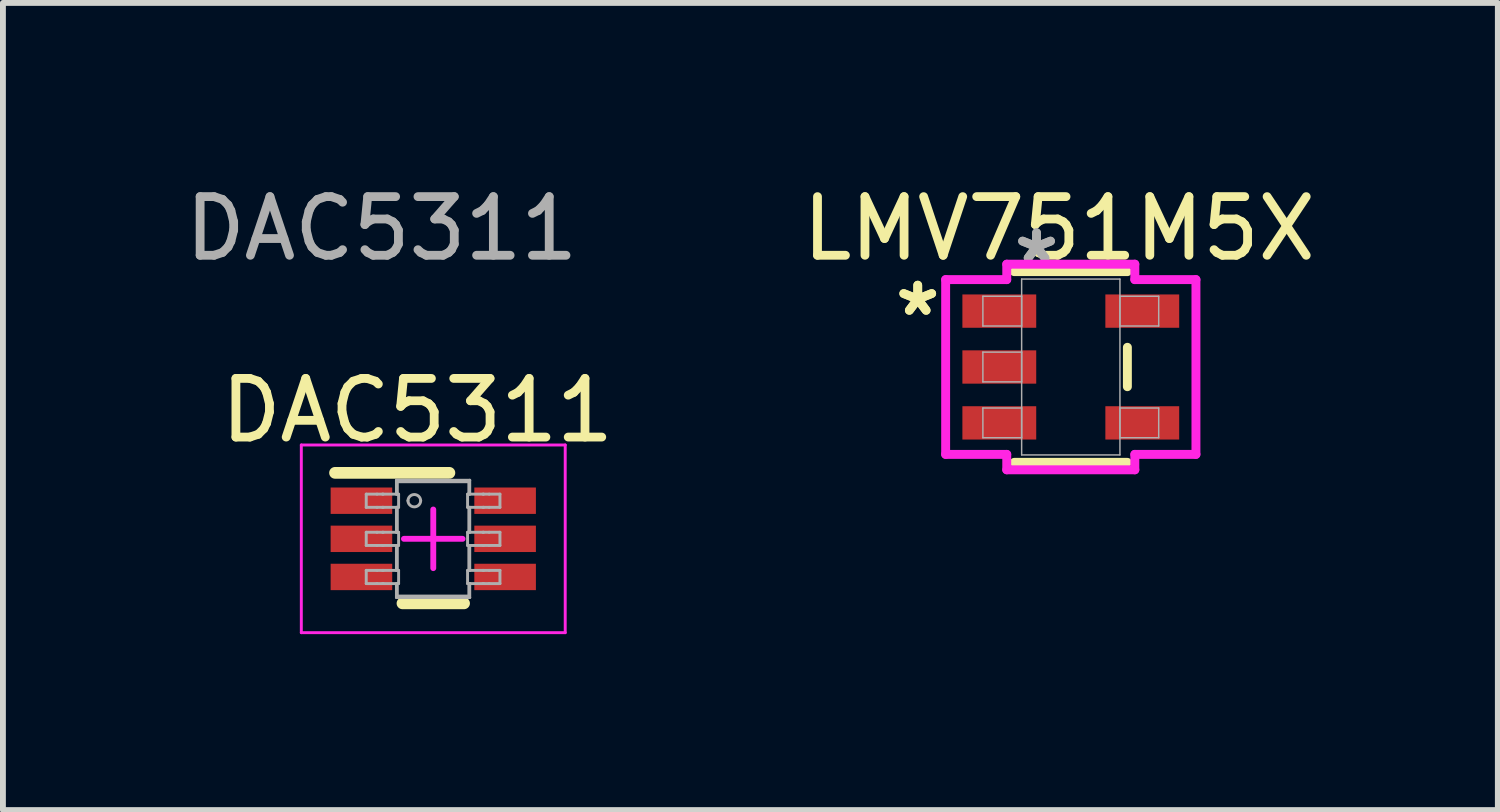
<source format=kicad_pcb>
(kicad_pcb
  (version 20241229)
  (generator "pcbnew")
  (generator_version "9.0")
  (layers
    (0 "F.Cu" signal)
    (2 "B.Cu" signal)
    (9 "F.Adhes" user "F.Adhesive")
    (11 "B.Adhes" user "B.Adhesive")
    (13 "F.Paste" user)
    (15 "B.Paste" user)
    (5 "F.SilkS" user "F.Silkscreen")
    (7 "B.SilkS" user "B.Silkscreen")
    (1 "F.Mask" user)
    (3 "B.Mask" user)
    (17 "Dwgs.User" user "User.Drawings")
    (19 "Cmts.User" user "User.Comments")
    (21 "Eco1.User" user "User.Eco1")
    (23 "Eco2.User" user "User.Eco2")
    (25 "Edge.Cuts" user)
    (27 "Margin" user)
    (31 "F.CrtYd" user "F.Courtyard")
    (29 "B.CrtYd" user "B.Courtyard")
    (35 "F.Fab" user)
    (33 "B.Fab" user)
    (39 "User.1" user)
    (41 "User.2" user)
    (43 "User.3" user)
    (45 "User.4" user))
  (footprint "DAC5311"
    (layer "F.Cu")
    (at 4.338 6.138)
    (property "Reference" "DAC5311" (at -0.27 -2.19 0) (unlocked yes) (layer "F.SilkS") (effects (font (size 1 1) (thickness 0.15))))
    (attr smd)
    (fp_line (start -1.675 -1.125) (end 0.275 -1.125) (stroke (width 0.2) (type solid)) (layer "F.SilkS"))
    (fp_line (start -0.525 1.1) (end 0.525 1.1) (stroke (width 0.2) (type solid)) (layer "F.SilkS"))
    (fp_line (start -2.25 -1.6) (end 2.25 -1.6) (stroke (width 0.05) (type solid)) (layer "F.CrtYd"))
    (fp_line (start -2.25 1.6) (end -2.25 -1.6) (stroke (width 0.05) (type solid)) (layer "F.CrtYd"))
    (fp_line (start -2.25 1.6) (end 2.25 1.6) (stroke (width 0.05) (type solid)) (layer "F.CrtYd"))
    (fp_line (start -0.5 0) (end 0.5 0) (stroke (width 0.1) (type solid)) (layer "F.CrtYd"))
    (fp_line (start -0.000003 0.5) (end -0.000003 -0.5) (stroke (width 0.1) (type solid)) (layer "F.CrtYd"))
    (fp_line (start 2.25 1.6) (end 2.25 -1.6) (stroke (width 0.05) (type solid)) (layer "F.CrtYd"))
    (fp_line (start -1.143 -0.762) (end -0.959 -0.762) (stroke (width 0.05) (type solid)) (layer "F.Fab"))
    (fp_line (start -1.143 -0.537) (end -1.143 -0.762) (stroke (width 0.05) (type solid)) (layer "F.Fab"))
    (fp_line (start -1.143 -0.537) (end -0.959 -0.537) (stroke (width 0.05) (type solid)) (layer "F.Fab"))
    (fp_line (start -1.143 -0.112) (end -0.959 -0.112) (stroke (width 0.05) (type solid)) (layer "F.Fab"))
    (fp_line (start -1.143 0.113) (end -1.143 -0.112) (stroke (width 0.05) (type solid)) (layer "F.Fab"))
    (fp_line (start -1.143 0.113) (end -0.959 0.113) (stroke (width 0.05) (type solid)) (layer "F.Fab"))
    (fp_line (start -1.143 0.538) (end -0.959 0.538) (stroke (width 0.05) (type solid)) (layer "F.Fab"))
    (fp_line (start -1.143 0.763) (end -1.143 0.538) (stroke (width 0.05) (type solid)) (layer "F.Fab"))
    (fp_line (start -1.143 0.763) (end -0.959 0.763) (stroke (width 0.05) (type solid)) (layer "F.Fab"))
    (fp_line (start -0.959 -0.762) (end -0.865 -0.762) (stroke (width 0.05) (type solid)) (layer "F.Fab"))
    (fp_line (start -0.959 -0.537) (end -0.865 -0.537) (stroke (width 0.05) (type solid)) (layer "F.Fab"))
    (fp_line (start -0.959 -0.112) (end -0.865 -0.112) (stroke (width 0.05) (type solid)) (layer "F.Fab"))
    (fp_line (start -0.959 0.113) (end -0.865 0.113) (stroke (width 0.05) (type solid)) (layer "F.Fab"))
    (fp_line (start -0.959 0.538) (end -0.865 0.538) (stroke (width 0.05) (type solid)) (layer "F.Fab"))
    (fp_line (start -0.959 0.763) (end -0.865 0.763) (stroke (width 0.05) (type solid)) (layer "F.Fab"))
    (fp_line (start -0.865 -0.762) (end -0.853 -0.762) (stroke (width 0.05) (type solid)) (layer "F.Fab"))
    (fp_line (start -0.865 -0.537) (end -0.853 -0.537) (stroke (width 0.05) (type solid)) (layer "F.Fab"))
    (fp_line (start -0.865 -0.112) (end -0.853 -0.112) (stroke (width 0.05) (type solid)) (layer "F.Fab"))
    (fp_line (start -0.865 0.113) (end -0.853 0.113) (stroke (width 0.05) (type solid)) (layer "F.Fab"))
    (fp_line (start -0.865 0.538) (end -0.853 0.538) (stroke (width 0.05) (type solid)) (layer "F.Fab"))
    (fp_line (start -0.865 0.763) (end -0.853 0.763) (stroke (width 0.05) (type solid)) (layer "F.Fab"))
    (fp_line (start -0.853 -0.762) (end -0.628 -0.762) (stroke (width 0.05) (type solid)) (layer "F.Fab"))
    (fp_line (start -0.853 -0.537) (end -0.628 -0.537) (stroke (width 0.05) (type solid)) (layer "F.Fab"))
    (fp_line (start -0.853 -0.112) (end -0.628 -0.112) (stroke (width 0.05) (type solid)) (layer "F.Fab"))
    (fp_line (start -0.853 0.113) (end -0.628 0.113) (stroke (width 0.05) (type solid)) (layer "F.Fab"))
    (fp_line (start -0.853 0.538) (end -0.628 0.538) (stroke (width 0.05) (type solid)) (layer "F.Fab"))
    (fp_line (start -0.853 0.763) (end -0.628 0.763) (stroke (width 0.05) (type solid)) (layer "F.Fab"))
    (fp_line (start -0.628 -0.999) (end 0.622 -0.999) (stroke (width 0.05) (type solid)) (layer "F.Fab"))
    (fp_line (start -0.628 -0.762) (end -0.628 -0.999) (stroke (width 0.05) (type solid)) (layer "F.Fab"))
    (fp_line (start -0.628 -0.762) (end -0.591 -0.762) (stroke (width 0.05) (type solid)) (layer "F.Fab"))
    (fp_line (start -0.628 -0.537) (end -0.591 -0.537) (stroke (width 0.05) (type solid)) (layer "F.Fab"))
    (fp_line (start -0.628 -0.112) (end -0.628 -0.537) (stroke (width 0.05) (type solid)) (layer "F.Fab"))
    (fp_line (start -0.628 -0.112) (end -0.591 -0.112) (stroke (width 0.05) (type solid)) (layer "F.Fab"))
    (fp_line (start -0.628 0.113) (end -0.591 0.113) (stroke (width 0.05) (type solid)) (layer "F.Fab"))
    (fp_line (start -0.628 0.538) (end -0.628 0.113) (stroke (width 0.05) (type solid)) (layer "F.Fab"))
    (fp_line (start -0.628 0.538) (end -0.591 0.538) (stroke (width 0.05) (type solid)) (layer "F.Fab"))
    (fp_line (start -0.628 0.763) (end -0.591 0.763) (stroke (width 0.05) (type solid)) (layer "F.Fab"))
    (fp_line (start -0.628 1.001) (end -0.628 0.763) (stroke (width 0.05) (type solid)) (layer "F.Fab"))
    (fp_line (start -0.628 1.001) (end 0.622 1.001) (stroke (width 0.05) (type solid)) (layer "F.Fab"))
    (fp_line (start -0.613 -0.974) (end 0.607 -0.974) (stroke (width 0.05) (type solid)) (layer "F.Fab"))
    (fp_line (start -0.613 -0.762) (end -0.613 -0.974) (stroke (width 0.05) (type solid)) (layer "F.Fab"))
    (fp_line (start -0.613 -0.112) (end -0.613 -0.537) (stroke (width 0.05) (type solid)) (layer "F.Fab"))
    (fp_line (start -0.613 0.538) (end -0.613 0.113) (stroke (width 0.05) (type solid)) (layer "F.Fab"))
    (fp_line (start -0.613 0.976) (end -0.613 0.763) (stroke (width 0.05) (type solid)) (layer "F.Fab"))
    (fp_line (start -0.613 0.976) (end 0.607 0.976) (stroke (width 0.05) (type solid)) (layer "F.Fab"))
    (fp_line (start -0.591 -0.537) (end -0.591 -0.762) (stroke (width 0.05) (type solid)) (layer "F.Fab"))
    (fp_line (start -0.591 0.113) (end -0.591 -0.112) (stroke (width 0.05) (type solid)) (layer "F.Fab"))
    (fp_line (start -0.591 0.763) (end -0.591 0.538) (stroke (width 0.05) (type solid)) (layer "F.Fab"))
    (fp_line (start 0.585 -0.762) (end 0.622 -0.762) (stroke (width 0.05) (type solid)) (layer "F.Fab"))
    (fp_line (start 0.585 -0.537) (end 0.585 -0.762) (stroke (width 0.05) (type solid)) (layer "F.Fab"))
    (fp_line (start 0.585 -0.537) (end 0.622 -0.537) (stroke (width 0.05) (type solid)) (layer "F.Fab"))
    (fp_line (start 0.585 -0.112) (end 0.622 -0.112) (stroke (width 0.05) (type solid)) (layer "F.Fab"))
    (fp_line (start 0.585 0.113) (end 0.585 -0.112) (stroke (width 0.05) (type solid)) (layer "F.Fab"))
    (fp_line (start 0.585 0.113) (end 0.622 0.113) (stroke (width 0.05) (type solid)) (layer "F.Fab"))
    (fp_line (start 0.585 0.538) (end 0.622 0.538) (stroke (width 0.05) (type solid)) (layer "F.Fab"))
    (fp_line (start 0.585 0.763) (end 0.585 0.538) (stroke (width 0.05) (type solid)) (layer "F.Fab"))
    (fp_line (start 0.585 0.763) (end 0.622 0.763) (stroke (width 0.05) (type solid)) (layer "F.Fab"))
    (fp_line (start 0.607 -0.762) (end 0.607 -0.974) (stroke (width 0.05) (type solid)) (layer "F.Fab"))
    (fp_line (start 0.607 -0.112) (end 0.607 -0.537) (stroke (width 0.05) (type solid)) (layer "F.Fab"))
    (fp_line (start 0.607 0.538) (end 0.607 0.113) (stroke (width 0.05) (type solid)) (layer "F.Fab"))
    (fp_line (start 0.607 0.976) (end 0.607 0.763) (stroke (width 0.05) (type solid)) (layer "F.Fab"))
    (fp_line (start 0.622 -0.762) (end 0.622 -0.999) (stroke (width 0.05) (type solid)) (layer "F.Fab"))
    (fp_line (start 0.622 -0.762) (end 0.847 -0.762) (stroke (width 0.05) (type solid)) (layer "F.Fab"))
    (fp_line (start 0.622 -0.537) (end 0.847 -0.537) (stroke (width 0.05) (type solid)) (layer "F.Fab"))
    (fp_line (start 0.622 -0.112) (end 0.622 -0.537) (stroke (width 0.05) (type solid)) (layer "F.Fab"))
    (fp_line (start 0.622 -0.112) (end 0.847 -0.112) (stroke (width 0.05) (type solid)) (layer "F.Fab"))
    (fp_line (start 0.622 0.113) (end 0.847 0.113) (stroke (width 0.05) (type solid)) (layer "F.Fab"))
    (fp_line (start 0.622 0.538) (end 0.622 0.113) (stroke (width 0.05) (type solid)) (layer "F.Fab"))
    (fp_line (start 0.622 0.538) (end 0.847 0.538) (stroke (width 0.05) (type solid)) (layer "F.Fab"))
    (fp_line (start 0.622 0.763) (end 0.847 0.763) (stroke (width 0.05) (type solid)) (layer "F.Fab"))
    (fp_line (start 0.622 1.001) (end 0.622 0.763) (stroke (width 0.05) (type solid)) (layer "F.Fab"))
    (fp_line (start 0.847 -0.762) (end 0.859 -0.762) (stroke (width 0.05) (type solid)) (layer "F.Fab"))
    (fp_line (start 0.847 -0.537) (end 0.859 -0.537) (stroke (width 0.05) (type solid)) (layer "F.Fab"))
    (fp_line (start 0.847 -0.112) (end 0.859 -0.112) (stroke (width 0.05) (type solid)) (layer "F.Fab"))
    (fp_line (start 0.847 0.113) (end 0.859 0.113) (stroke (width 0.05) (type solid)) (layer "F.Fab"))
    (fp_line (start 0.847 0.538) (end 0.859 0.538) (stroke (width 0.05) (type solid)) (layer "F.Fab"))
    (fp_line (start 0.847 0.763) (end 0.859 0.763) (stroke (width 0.05) (type solid)) (layer "F.Fab"))
    (fp_line (start 0.859 -0.762) (end 0.953 -0.762) (stroke (width 0.05) (type solid)) (layer "F.Fab"))
    (fp_line (start 0.859 -0.537) (end 0.953 -0.537) (stroke (width 0.05) (type solid)) (layer "F.Fab"))
    (fp_line (start 0.859 -0.112) (end 0.953 -0.112) (stroke (width 0.05) (type solid)) (layer "F.Fab"))
    (fp_line (start 0.859 0.113) (end 0.953 0.113) (stroke (width 0.05) (type solid)) (layer "F.Fab"))
    (fp_line (start 0.859 0.538) (end 0.953 0.538) (stroke (width 0.05) (type solid)) (layer "F.Fab"))
    (fp_line (start 0.859 0.763) (end 0.953 0.763) (stroke (width 0.05) (type solid)) (layer "F.Fab"))
    (fp_line (start 0.953 -0.762) (end 1.137 -0.762) (stroke (width 0.05) (type solid)) (layer "F.Fab"))
    (fp_line (start 0.953 -0.537) (end 1.137 -0.537) (stroke (width 0.05) (type solid)) (layer "F.Fab"))
    (fp_line (start 0.953 -0.112) (end 1.137 -0.112) (stroke (width 0.05) (type solid)) (layer "F.Fab"))
    (fp_line (start 0.953 0.113) (end 1.137 0.113) (stroke (width 0.05) (type solid)) (layer "F.Fab"))
    (fp_line (start 0.953 0.538) (end 1.137 0.538) (stroke (width 0.05) (type solid)) (layer "F.Fab"))
    (fp_line (start 0.953 0.763) (end 1.137 0.763) (stroke (width 0.05) (type solid)) (layer "F.Fab"))
    (fp_line (start 1.137 -0.537) (end 1.137 -0.762) (stroke (width 0.05) (type solid)) (layer "F.Fab"))
    (fp_line (start 1.137 0.113) (end 1.137 -0.112) (stroke (width 0.05) (type solid)) (layer "F.Fab"))
    (fp_line (start 1.137 0.763) (end 1.137 0.538) (stroke (width 0.05) (type solid)) (layer "F.Fab"))
    (fp_arc (start -0.431546 -0.650138) (mid -0.323177 -0.758507) (end -0.214808 -0.650138) (stroke (width 0.05) (type solid)) (layer "F.Fab"))
    (fp_arc (start -0.214808 -0.650138) (mid -0.323177 -0.541769) (end -0.431546 -0.650138) (stroke (width 0.05) (type solid)) (layer "F.Fab"))
    (fp_text user "${REFERENCE}" (at -0.88 -5.29 0) (unlocked yes) (layer "F.Fab") (effects (font (size 1 1) (thickness 0.15))))
    (pad "1" smd rect (at -1.225 -0.65 90) (size 0.45 1.05) (layers "F.Cu" "F.Mask" "F.Paste"))
    (pad "2" smd rect (at -1.225 0 90) (size 0.45 1.05) (layers "F.Cu" "F.Mask" "F.Paste"))
    (pad "3" smd rect (at -1.225 0.65 90) (size 0.45 1.05) (layers "F.Cu" "F.Mask" "F.Paste"))
    (pad "4" smd rect (at 1.225 0.65 90) (size 0.45 1.05) (layers "F.Cu" "F.Mask" "F.Paste"))
    (pad "5" smd rect (at 1.225 0 90) (size 0.45 1.05) (layers "F.Cu" "F.Mask" "F.Paste"))
    (pad "6" smd rect (at 1.225 -0.65 90) (size 0.45 1.05) (layers "F.Cu" "F.Mask" "F.Paste")))
  (footprint "LMV751M5X"
    (layer "F.Cu")
    (at 15.209 3.208)
    (property "Reference" "LMV751M5X" (at -0.2 -2.36 0) (unlocked yes) (layer "F.SilkS") (effects (font (size 1 1) (thickness 0.15))))
    (attr smd)
    (fp_line (start -0.965 1.626) (end 0.965 1.626) (stroke (width 0.152) (type solid)) (layer "F.SilkS"))
    (fp_line (start 0.965 -1.626) (end -0.965 -1.626) (stroke (width 0.152) (type solid)) (layer "F.SilkS"))
    (fp_line (start 0.965 0.336) (end 0.965 -0.336) (stroke (width 0.152) (type solid)) (layer "F.SilkS"))
    (fp_line (start -2.134 -1.49) (end -1.092 -1.49) (stroke (width 0.152) (type solid)) (layer "F.CrtYd"))
    (fp_line (start -2.134 1.49) (end -2.134 -1.49) (stroke (width 0.152) (type solid)) (layer "F.CrtYd"))
    (fp_line (start -1.092 -1.753) (end 1.092 -1.753) (stroke (width 0.152) (type solid)) (layer "F.CrtYd"))
    (fp_line (start -1.092 -1.49) (end -1.092 -1.753) (stroke (width 0.152) (type solid)) (layer "F.CrtYd"))
    (fp_line (start -1.092 1.49) (end -2.134 1.49) (stroke (width 0.152) (type solid)) (layer "F.CrtYd"))
    (fp_line (start -1.092 1.753) (end -1.092 1.49) (stroke (width 0.152) (type solid)) (layer "F.CrtYd"))
    (fp_line (start 1.092 -1.753) (end 1.092 -1.49) (stroke (width 0.152) (type solid)) (layer "F.CrtYd"))
    (fp_line (start 1.092 -1.49) (end 2.134 -1.49) (stroke (width 0.152) (type solid)) (layer "F.CrtYd"))
    (fp_line (start 1.092 1.49) (end 1.092 1.753) (stroke (width 0.152) (type solid)) (layer "F.CrtYd"))
    (fp_line (start 1.092 1.753) (end -1.092 1.753) (stroke (width 0.152) (type solid)) (layer "F.CrtYd"))
    (fp_line (start 2.134 -1.49) (end 2.134 1.49) (stroke (width 0.152) (type solid)) (layer "F.CrtYd"))
    (fp_line (start 2.134 1.49) (end 1.092 1.49) (stroke (width 0.152) (type solid)) (layer "F.CrtYd"))
    (fp_line (start -1.499 -1.206) (end -1.499 -0.699) (stroke (width 0.025) (type solid)) (layer "F.Fab"))
    (fp_line (start -1.499 -0.699) (end -0.838 -0.699) (stroke (width 0.025) (type solid)) (layer "F.Fab"))
    (fp_line (start -1.499 -0.254) (end -1.499 0.254) (stroke (width 0.025) (type solid)) (layer "F.Fab"))
    (fp_line (start -1.499 0.254) (end -0.838 0.254) (stroke (width 0.025) (type solid)) (layer "F.Fab"))
    (fp_line (start -1.499 0.699) (end -1.499 1.206) (stroke (width 0.025) (type solid)) (layer "F.Fab"))
    (fp_line (start -1.499 1.206) (end -0.838 1.206) (stroke (width 0.025) (type solid)) (layer "F.Fab"))
    (fp_line (start -0.838 -1.499) (end -0.838 1.499) (stroke (width 0.025) (type solid)) (layer "F.Fab"))
    (fp_line (start -0.838 -1.206) (end -1.499 -1.206) (stroke (width 0.025) (type solid)) (layer "F.Fab"))
    (fp_line (start -0.838 -0.699) (end -0.838 -1.206) (stroke (width 0.025) (type solid)) (layer "F.Fab"))
    (fp_line (start -0.838 -0.254) (end -1.499 -0.254) (stroke (width 0.025) (type solid)) (layer "F.Fab"))
    (fp_line (start -0.838 0.254) (end -0.838 -0.254) (stroke (width 0.025) (type solid)) (layer "F.Fab"))
    (fp_line (start -0.838 0.699) (end -1.499 0.699) (stroke (width 0.025) (type solid)) (layer "F.Fab"))
    (fp_line (start -0.838 1.206) (end -0.838 0.699) (stroke (width 0.025) (type solid)) (layer "F.Fab"))
    (fp_line (start -0.838 1.499) (end 0.838 1.499) (stroke (width 0.025) (type solid)) (layer "F.Fab"))
    (fp_line (start 0.838 -1.499) (end -0.838 -1.499) (stroke (width 0.025) (type solid)) (layer "F.Fab"))
    (fp_line (start 0.838 -1.206) (end 0.838 -0.699) (stroke (width 0.025) (type solid)) (layer "F.Fab"))
    (fp_line (start 0.838 -0.699) (end 1.499 -0.699) (stroke (width 0.025) (type solid)) (layer "F.Fab"))
    (fp_line (start 0.838 0.699) (end 0.838 1.206) (stroke (width 0.025) (type solid)) (layer "F.Fab"))
    (fp_line (start 0.838 1.206) (end 1.499 1.206) (stroke (width 0.025) (type solid)) (layer "F.Fab"))
    (fp_line (start 0.838 1.499) (end 0.838 -1.499) (stroke (width 0.025) (type solid)) (layer "F.Fab"))
    (fp_line (start 1.499 -1.206) (end 0.838 -1.206) (stroke (width 0.025) (type solid)) (layer "F.Fab"))
    (fp_line (start 1.499 -0.699) (end 1.499 -1.206) (stroke (width 0.025) (type solid)) (layer "F.Fab"))
    (fp_line (start 1.499 0.699) (end 0.838 0.699) (stroke (width 0.025) (type solid)) (layer "F.Fab"))
    (fp_line (start 1.499 1.206) (end 1.499 0.699) (stroke (width 0.025) (type solid)) (layer "F.Fab"))
    (fp_text user "*" (at -2.61 -0.85 0) (layer "F.SilkS") (effects (font (size 1 1) (thickness 0.15))))
    (fp_text user "*" (at -2.61 -0.85 0) (unlocked yes) (layer "F.SilkS") (effects (font (size 1 1) (thickness 0.15))))
    (fp_text user "*" (at -0.584 -1.744 0) (layer "F.Fab") (effects (font (size 1 1) (thickness 0.15))))
    (fp_text user "*" (at -0.584 -1.744 0) (unlocked yes) (layer "F.Fab") (effects (font (size 1 1) (thickness 0.15))))
    (pad "1" smd rect (at -1.219 -0.953) (size 1.259 0.568) (layers "F.Cu" "F.Mask" "F.Paste"))
    (pad "2" smd rect (at -1.219 0) (size 1.259 0.568) (layers "F.Cu" "F.Mask" "F.Paste"))
    (pad "3" smd rect (at -1.219 0.953) (size 1.259 0.568) (layers "F.Cu" "F.Mask" "F.Paste"))
    (pad "4" smd rect (at 1.219 0.953) (size 1.259 0.568) (layers "F.Cu" "F.Mask" "F.Paste"))
    (pad "5" smd rect (at 1.219 -0.953) (size 1.259 0.568) (layers "F.Cu" "F.Mask" "F.Paste")))
  (gr_rect
    (start -3 -3)
    (end 22.491 10.763)
    (stroke (width 0.1) (type default))
    (fill no)
    (layer "Edge.Cuts")))
</source>
